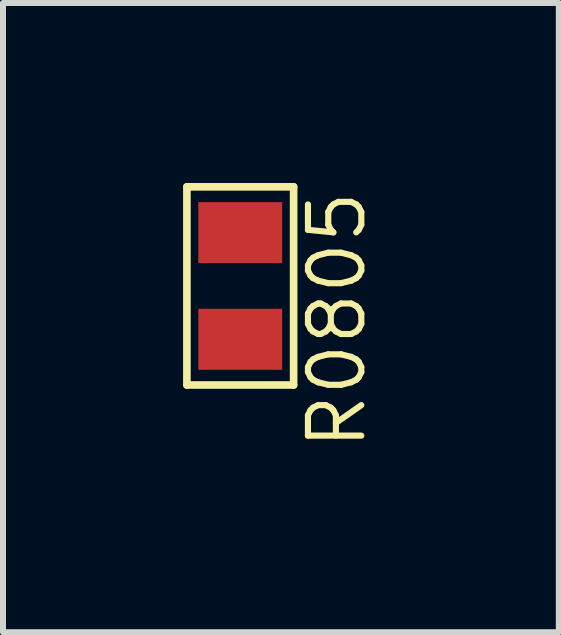
<source format=kicad_pcb>
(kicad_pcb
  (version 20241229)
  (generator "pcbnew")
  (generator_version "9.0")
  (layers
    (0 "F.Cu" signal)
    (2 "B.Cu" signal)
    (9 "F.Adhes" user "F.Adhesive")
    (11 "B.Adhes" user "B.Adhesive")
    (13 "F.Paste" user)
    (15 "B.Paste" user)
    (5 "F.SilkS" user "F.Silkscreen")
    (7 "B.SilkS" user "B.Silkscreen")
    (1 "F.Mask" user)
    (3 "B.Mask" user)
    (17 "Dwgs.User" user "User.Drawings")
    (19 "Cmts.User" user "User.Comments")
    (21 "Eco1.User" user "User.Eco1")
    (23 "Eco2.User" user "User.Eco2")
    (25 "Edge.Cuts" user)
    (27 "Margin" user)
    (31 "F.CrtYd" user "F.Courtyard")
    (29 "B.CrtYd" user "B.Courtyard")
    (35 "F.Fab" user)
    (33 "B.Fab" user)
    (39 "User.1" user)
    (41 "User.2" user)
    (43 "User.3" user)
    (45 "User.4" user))
  (footprint "R0805"
    (layer "F.Cu")
    (at 0.953 1.714)
    (property "Reference" "R0805" (at 1.611 0.568 270) (layer "F.SilkS") (effects (font (size 0.889 0.889) (thickness 0.102))))
    (attr smd)
    (fp_line (start -0.889 -1.651) (end 0.889 -1.651) (stroke (width 0.127) (type solid)) (layer "F.SilkS"))
    (fp_line (start -0.889 1.651) (end -0.889 -1.651) (stroke (width 0.127) (type solid)) (layer "F.SilkS"))
    (fp_line (start 0.889 -1.651) (end 0.889 1.651) (stroke (width 0.127) (type solid)) (layer "F.SilkS"))
    (fp_line (start 0.889 1.651) (end -0.889 1.651) (stroke (width 0.127) (type solid)) (layer "F.SilkS"))
    (pad "1" smd rect (at 0 -0.889 270) (size 1.016 1.397) (layers "F.Cu" "F.Mask" "F.Paste"))
    (pad "2" smd rect (at 0 0.889 270) (size 1.016 1.397) (layers "F.Cu" "F.Mask" "F.Paste")))
  (gr_rect
    (start -3 -3)
    (end 6.261 7.483)
    (stroke (width 0.1) (type default))
    (fill no)
    (layer "Edge.Cuts")))
</source>
